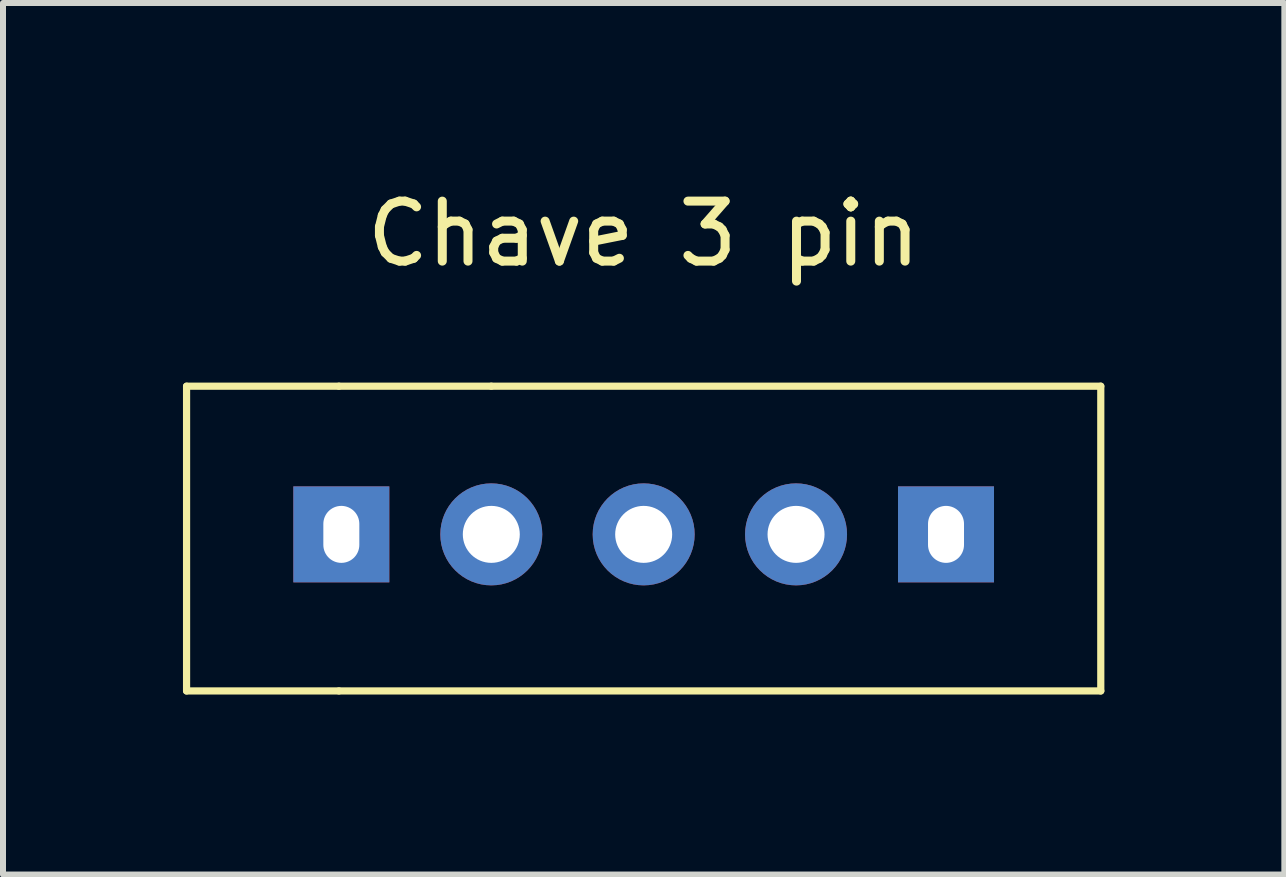
<source format=kicad_pcb>
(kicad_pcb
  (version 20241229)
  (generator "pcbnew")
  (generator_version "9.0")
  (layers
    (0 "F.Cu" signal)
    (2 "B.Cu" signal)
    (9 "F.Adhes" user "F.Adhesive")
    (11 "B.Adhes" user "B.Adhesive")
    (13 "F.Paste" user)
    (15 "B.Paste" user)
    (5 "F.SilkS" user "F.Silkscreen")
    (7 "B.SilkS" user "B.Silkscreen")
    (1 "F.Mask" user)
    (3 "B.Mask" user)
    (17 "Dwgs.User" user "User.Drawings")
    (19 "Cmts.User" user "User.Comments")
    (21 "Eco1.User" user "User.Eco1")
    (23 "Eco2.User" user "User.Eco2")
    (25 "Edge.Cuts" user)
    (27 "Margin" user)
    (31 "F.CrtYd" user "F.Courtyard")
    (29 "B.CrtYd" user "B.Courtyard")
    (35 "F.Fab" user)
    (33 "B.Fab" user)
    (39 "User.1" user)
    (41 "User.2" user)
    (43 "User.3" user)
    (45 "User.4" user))
  (footprint "Chave 3 pin"
    (layer "F.Cu")
    (at 7.68 0.848)
    (property "Reference" "Chave 3 pin" (at 0 0 0) (unlocked yes) (layer "F.SilkS") (effects (font (size 1 1) (thickness 0.15))))
    (fp_line (start -7.62 2.54) (end -7.62 7.62) (stroke (width 0.12) (type solid)) (layer "F.SilkS"))
    (fp_line (start -5.08 2.54) (end -7.62 2.54) (stroke (width 0.12) (type solid)) (layer "F.SilkS"))
    (fp_line (start -5.08 7.62) (end -7.62 7.62) (stroke (width 0.12) (type solid)) (layer "F.SilkS"))
    (fp_line (start -5.08 7.62) (end 7.62 7.62) (stroke (width 0.12) (type solid)) (layer "F.SilkS"))
    (fp_line (start -2.54 2.54) (end -5.08 2.54) (stroke (width 0.12) (type solid)) (layer "F.SilkS"))
    (fp_line (start 7.62 2.54) (end -2.54 2.54) (stroke (width 0.12) (type solid)) (layer "F.SilkS"))
    (fp_line (start 7.62 7.62) (end 7.62 2.54) (stroke (width 0.12) (type solid)) (layer "F.SilkS"))
    (pad "" thru_hole rect (at -5.04 5.01) (size 1.6 1.6) (drill oval 0.6 0.95) (layers "*.Cu" "*.Mask"))
    (pad "1" thru_hole circle (at -2.54 5.01) (size 1.7 1.7) (drill 0.95) (layers "*.Cu" "*.Mask"))
    (pad "2" thru_hole circle (at 0 5.01) (size 1.7 1.7) (drill 0.95) (layers "*.Cu" "*.Mask"))
    (pad "3" thru_hole circle (at 2.54 5.01) (size 1.7 1.7) (drill 0.95) (layers "*.Cu" "*.Mask"))
    (pad "4" thru_hole rect (at 5.04 5.01) (size 1.6 1.6) (drill oval 0.6 0.95) (layers "*.Cu" "*.Mask")))
  (gr_rect
    (start -3 -3)
    (end 18.36 11.528)
    (stroke (width 0.1) (type default))
    (fill no)
    (layer "Edge.Cuts")))
</source>
